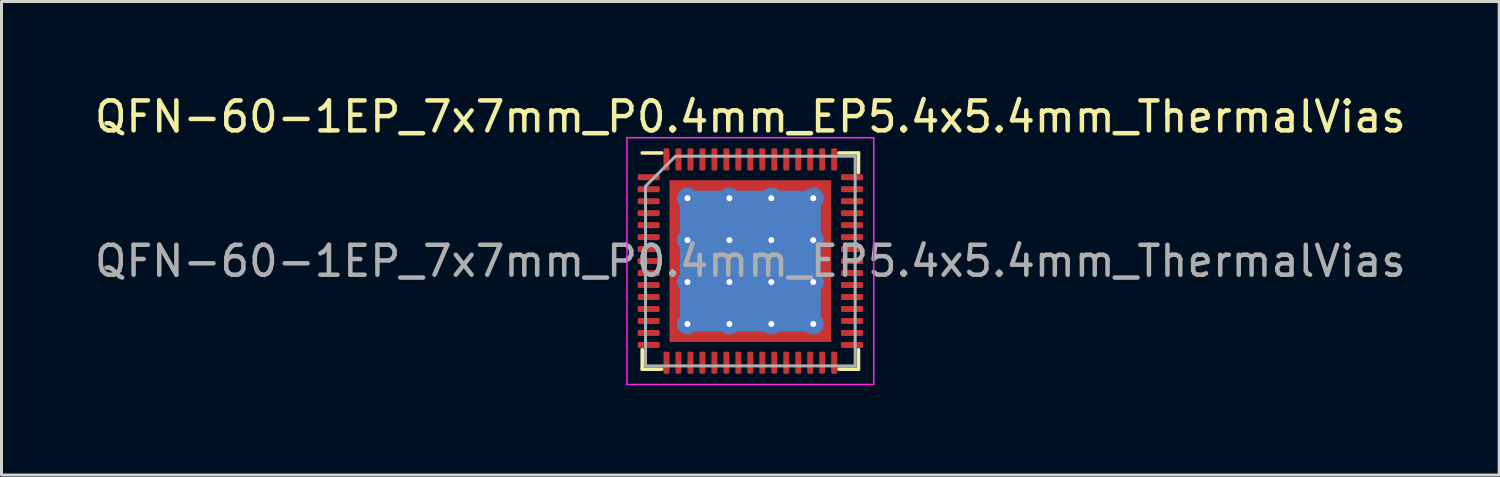
<source format=kicad_pcb>
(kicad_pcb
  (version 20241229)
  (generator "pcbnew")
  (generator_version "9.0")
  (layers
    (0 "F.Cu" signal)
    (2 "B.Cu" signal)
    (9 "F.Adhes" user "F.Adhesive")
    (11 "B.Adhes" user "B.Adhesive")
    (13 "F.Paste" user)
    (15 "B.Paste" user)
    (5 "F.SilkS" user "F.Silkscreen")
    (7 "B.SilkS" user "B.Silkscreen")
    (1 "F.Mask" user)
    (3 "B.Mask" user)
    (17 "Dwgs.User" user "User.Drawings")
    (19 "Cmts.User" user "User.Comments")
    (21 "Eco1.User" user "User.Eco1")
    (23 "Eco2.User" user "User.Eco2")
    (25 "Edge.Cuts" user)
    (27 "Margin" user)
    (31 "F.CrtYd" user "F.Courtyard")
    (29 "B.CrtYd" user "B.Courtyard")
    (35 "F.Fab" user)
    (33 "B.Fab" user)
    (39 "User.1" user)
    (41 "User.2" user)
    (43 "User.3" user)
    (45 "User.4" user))
  (footprint "QFN-60-1EP_7x7mm_P0.4mm_EP5.4x5.4mm_ThermalVias"
    (layer "F.Cu")
    (at 22.006 5.668)
    (property "Reference" "QFN-60-1EP_7x7mm_P0.4mm_EP5.4x5.4mm_ThermalVias" (at 0 -4.82 0) (layer "F.SilkS") (effects (font (size 1 1) (thickness 0.15))))
    (attr smd)
    (fp_line (start -3.61 3.61) (end -3.61 2.96) (stroke (width 0.12) (type solid)) (layer "F.SilkS"))
    (fp_line (start -2.96 -3.61) (end -3.61 -3.61) (stroke (width 0.12) (type solid)) (layer "F.SilkS"))
    (fp_line (start -2.96 3.61) (end -3.61 3.61) (stroke (width 0.12) (type solid)) (layer "F.SilkS"))
    (fp_line (start 2.96 -3.61) (end 3.61 -3.61) (stroke (width 0.12) (type solid)) (layer "F.SilkS"))
    (fp_line (start 2.96 3.61) (end 3.61 3.61) (stroke (width 0.12) (type solid)) (layer "F.SilkS"))
    (fp_line (start 3.61 -3.61) (end 3.61 -2.96) (stroke (width 0.12) (type solid)) (layer "F.SilkS"))
    (fp_line (start 3.61 3.61) (end 3.61 2.96) (stroke (width 0.12) (type solid)) (layer "F.SilkS"))
    (fp_line (start -4.12 -4.12) (end -4.12 4.12) (stroke (width 0.05) (type solid)) (layer "F.CrtYd"))
    (fp_line (start -4.12 4.12) (end 4.12 4.12) (stroke (width 0.05) (type solid)) (layer "F.CrtYd"))
    (fp_line (start 4.12 -4.12) (end -4.12 -4.12) (stroke (width 0.05) (type solid)) (layer "F.CrtYd"))
    (fp_line (start 4.12 4.12) (end 4.12 -4.12) (stroke (width 0.05) (type solid)) (layer "F.CrtYd"))
    (fp_poly (pts (xy 3.5 -3.5) (xy -2.5 -3.5) (xy -3.5 -2.5) (xy -3.5 3.5) (xy 3.5 3.5)) (stroke (width 0.1) (type solid)) (fill no) (layer "F.Fab"))
    (fp_text user "${REFERENCE}" (at 0 0 0) (layer "F.Fab") (effects (font (size 1 1) (thickness 0.15))))
    (pad "" smd custom (at -2.4 -2.4) (size 0.366 0.366) (layers "F.Paste") (options (anchor circle)) (primitives (gr_poly (pts (xy 0.124 0.026) (xy 0.026 0.124) (xy -0.124 0.124) (xy -0.124 -0.124) (xy 0.124 -0.124)) (width 0.236) (fill yes))))
    (pad "" smd custom (at -2.4 -1.4) (size 0.421 0.421) (layers "F.Paste") (options (anchor circle)) (primitives (gr_poly (pts (xy 0.179 -0.449) (xy 0.179 0.449) (xy 0.127 0.501) (xy -0.179 0.501) (xy -0.179 -0.501) (xy 0.127 -0.501)) (width 0.126) (fill yes))))
    (pad "" smd custom (at -2.4 0) (size 0.421 0.421) (layers "F.Paste") (options (anchor circle)) (primitives (gr_poly (pts (xy 0.179 -0.449) (xy 0.179 0.449) (xy 0.127 0.501) (xy -0.179 0.501) (xy -0.179 -0.501) (xy 0.127 -0.501)) (width 0.126) (fill yes))))
    (pad "" smd custom (at -2.4 1.4) (size 0.421 0.421) (layers "F.Paste") (options (anchor circle)) (primitives (gr_poly (pts (xy 0.179 -0.449) (xy 0.179 0.449) (xy 0.127 0.501) (xy -0.179 0.501) (xy -0.179 -0.501) (xy 0.127 -0.501)) (width 0.126) (fill yes))))
    (pad "" smd custom (at -2.4 2.4) (size 0.366 0.366) (layers "F.Paste") (options (anchor circle)) (primitives (gr_poly (pts (xy 0.124 -0.026) (xy 0.124 0.124) (xy -0.124 0.124) (xy -0.124 -0.124) (xy 0.026 -0.124)) (width 0.236) (fill yes))))
    (pad "" smd custom (at -1.4 -2.4) (size 0.421 0.421) (layers "F.Paste") (options (anchor circle)) (primitives (gr_poly (pts (xy 0.501 0.127) (xy 0.449 0.179) (xy -0.449 0.179) (xy -0.501 0.127) (xy -0.501 -0.179) (xy 0.501 -0.179)) (width 0.126) (fill yes))))
    (pad "" smd roundrect (at -1.4 -1.4) (size 1.129 1.129) (layers "F.Paste") (roundrect_rratio 0.221))
    (pad "" smd roundrect (at -1.4 0) (size 1.129 1.129) (layers "F.Paste") (roundrect_rratio 0.221))
    (pad "" smd roundrect (at -1.4 1.4) (size 1.129 1.129) (layers "F.Paste") (roundrect_rratio 0.221))
    (pad "" smd custom (at -1.4 2.4) (size 0.421 0.421) (layers "F.Paste") (options (anchor circle)) (primitives (gr_poly (pts (xy 0.501 -0.127) (xy 0.501 0.179) (xy -0.501 0.179) (xy -0.501 -0.127) (xy -0.449 -0.179) (xy 0.449 -0.179)) (width 0.126) (fill yes))))
    (pad "" smd custom (at 0 -2.4) (size 0.421 0.421) (layers "F.Paste") (options (anchor circle)) (primitives (gr_poly (pts (xy 0.501 0.127) (xy 0.449 0.179) (xy -0.449 0.179) (xy -0.501 0.127) (xy -0.501 -0.179) (xy 0.501 -0.179)) (width 0.126) (fill yes))))
    (pad "" smd roundrect (at 0 -1.4) (size 1.129 1.129) (layers "F.Paste") (roundrect_rratio 0.221))
    (pad "" smd roundrect (at 0 0) (size 1.129 1.129) (layers "F.Paste") (roundrect_rratio 0.221))
    (pad "" smd roundrect (at 0 1.4) (size 1.129 1.129) (layers "F.Paste") (roundrect_rratio 0.221))
    (pad "" smd custom (at 0 2.4) (size 0.421 0.421) (layers "F.Paste") (options (anchor circle)) (primitives (gr_poly (pts (xy 0.501 -0.127) (xy 0.501 0.179) (xy -0.501 0.179) (xy -0.501 -0.127) (xy -0.449 -0.179) (xy 0.449 -0.179)) (width 0.126) (fill yes))))
    (pad "" smd custom (at 1.4 -2.4) (size 0.421 0.421) (layers "F.Paste") (options (anchor circle)) (primitives (gr_poly (pts (xy 0.501 0.127) (xy 0.449 0.179) (xy -0.449 0.179) (xy -0.501 0.127) (xy -0.501 -0.179) (xy 0.501 -0.179)) (width 0.126) (fill yes))))
    (pad "" smd roundrect (at 1.4 -1.4) (size 1.129 1.129) (layers "F.Paste") (roundrect_rratio 0.221))
    (pad "" smd roundrect (at 1.4 0) (size 1.129 1.129) (layers "F.Paste") (roundrect_rratio 0.221))
    (pad "" smd roundrect (at 1.4 1.4) (size 1.129 1.129) (layers "F.Paste") (roundrect_rratio 0.221))
    (pad "" smd custom (at 1.4 2.4) (size 0.421 0.421) (layers "F.Paste") (options (anchor circle)) (primitives (gr_poly (pts (xy 0.501 -0.127) (xy 0.501 0.179) (xy -0.501 0.179) (xy -0.501 -0.127) (xy -0.449 -0.179) (xy 0.449 -0.179)) (width 0.126) (fill yes))))
    (pad "" smd custom (at 2.4 -2.4) (size 0.366 0.366) (layers "F.Paste") (options (anchor circle)) (primitives (gr_poly (pts (xy 0.124 0.124) (xy -0.026 0.124) (xy -0.124 0.026) (xy -0.124 -0.124) (xy 0.124 -0.124)) (width 0.236) (fill yes))))
    (pad "" smd custom (at 2.4 -1.4) (size 0.421 0.421) (layers "F.Paste") (options (anchor circle)) (primitives (gr_poly (pts (xy 0.179 0.501) (xy -0.127 0.501) (xy -0.179 0.449) (xy -0.179 -0.449) (xy -0.127 -0.501) (xy 0.179 -0.501)) (width 0.126) (fill yes))))
    (pad "" smd custom (at 2.4 0) (size 0.421 0.421) (layers "F.Paste") (options (anchor circle)) (primitives (gr_poly (pts (xy 0.179 0.501) (xy -0.127 0.501) (xy -0.179 0.449) (xy -0.179 -0.449) (xy -0.127 -0.501) (xy 0.179 -0.501)) (width 0.126) (fill yes))))
    (pad "" smd custom (at 2.4 1.4) (size 0.421 0.421) (layers "F.Paste") (options (anchor circle)) (primitives (gr_poly (pts (xy 0.179 0.501) (xy -0.127 0.501) (xy -0.179 0.449) (xy -0.179 -0.449) (xy -0.127 -0.501) (xy 0.179 -0.501)) (width 0.126) (fill yes))))
    (pad "" smd custom (at 2.4 2.4) (size 0.366 0.366) (layers "F.Paste") (options (anchor circle)) (primitives (gr_poly (pts (xy 0.124 0.124) (xy -0.124 0.124) (xy -0.124 -0.026) (xy -0.026 -0.124) (xy 0.124 -0.124)) (width 0.236) (fill yes))))
    (pad "1" smd roundrect (at -3.395 -2.8) (size 0.74 0.2) (layers "F.Cu" "F.Mask" "F.Paste") (roundrect_rratio 0.25))
    (pad "2" smd roundrect (at -3.395 -2.4) (size 0.74 0.2) (layers "F.Cu" "F.Mask" "F.Paste") (roundrect_rratio 0.25))
    (pad "3" smd roundrect (at -3.395 -2) (size 0.74 0.2) (layers "F.Cu" "F.Mask" "F.Paste") (roundrect_rratio 0.25))
    (pad "4" smd roundrect (at -3.395 -1.6) (size 0.74 0.2) (layers "F.Cu" "F.Mask" "F.Paste") (roundrect_rratio 0.25))
    (pad "5" smd roundrect (at -3.395 -1.2) (size 0.74 0.2) (layers "F.Cu" "F.Mask" "F.Paste") (roundrect_rratio 0.25))
    (pad "6" smd roundrect (at -3.395 -0.8) (size 0.74 0.2) (layers "F.Cu" "F.Mask" "F.Paste") (roundrect_rratio 0.25))
    (pad "7" smd roundrect (at -3.395 -0.4) (size 0.74 0.2) (layers "F.Cu" "F.Mask" "F.Paste") (roundrect_rratio 0.25))
    (pad "8" smd roundrect (at -3.395 0) (size 0.74 0.2) (layers "F.Cu" "F.Mask" "F.Paste") (roundrect_rratio 0.25))
    (pad "9" smd roundrect (at -3.395 0.4) (size 0.74 0.2) (layers "F.Cu" "F.Mask" "F.Paste") (roundrect_rratio 0.25))
    (pad "10" smd roundrect (at -3.395 0.8) (size 0.74 0.2) (layers "F.Cu" "F.Mask" "F.Paste") (roundrect_rratio 0.25))
    (pad "11" smd roundrect (at -3.395 1.2) (size 0.74 0.2) (layers "F.Cu" "F.Mask" "F.Paste") (roundrect_rratio 0.25))
    (pad "12" smd roundrect (at -3.395 1.6) (size 0.74 0.2) (layers "F.Cu" "F.Mask" "F.Paste") (roundrect_rratio 0.25))
    (pad "13" smd roundrect (at -3.395 2) (size 0.74 0.2) (layers "F.Cu" "F.Mask" "F.Paste") (roundrect_rratio 0.25))
    (pad "14" smd roundrect (at -3.395 2.4) (size 0.74 0.2) (layers "F.Cu" "F.Mask" "F.Paste") (roundrect_rratio 0.25))
    (pad "15" smd roundrect (at -3.395 2.8) (size 0.74 0.2) (layers "F.Cu" "F.Mask" "F.Paste") (roundrect_rratio 0.25))
    (pad "16" smd roundrect (at -2.8 3.395) (size 0.2 0.74) (layers "F.Cu" "F.Mask" "F.Paste") (roundrect_rratio 0.25))
    (pad "17" smd roundrect (at -2.4 3.395) (size 0.2 0.74) (layers "F.Cu" "F.Mask" "F.Paste") (roundrect_rratio 0.25))
    (pad "18" smd roundrect (at -2 3.395) (size 0.2 0.74) (layers "F.Cu" "F.Mask" "F.Paste") (roundrect_rratio 0.25))
    (pad "19" smd roundrect (at -1.6 3.395) (size 0.2 0.74) (layers "F.Cu" "F.Mask" "F.Paste") (roundrect_rratio 0.25))
    (pad "20" smd roundrect (at -1.2 3.395) (size 0.2 0.74) (layers "F.Cu" "F.Mask" "F.Paste") (roundrect_rratio 0.25))
    (pad "21" smd roundrect (at -0.8 3.395) (size 0.2 0.74) (layers "F.Cu" "F.Mask" "F.Paste") (roundrect_rratio 0.25))
    (pad "22" smd roundrect (at -0.4 3.395) (size 0.2 0.74) (layers "F.Cu" "F.Mask" "F.Paste") (roundrect_rratio 0.25))
    (pad "23" smd roundrect (at 0 3.395) (size 0.2 0.74) (layers "F.Cu" "F.Mask" "F.Paste") (roundrect_rratio 0.25))
    (pad "24" smd roundrect (at 0.4 3.395) (size 0.2 0.74) (layers "F.Cu" "F.Mask" "F.Paste") (roundrect_rratio 0.25))
    (pad "25" smd roundrect (at 0.8 3.395) (size 0.2 0.74) (layers "F.Cu" "F.Mask" "F.Paste") (roundrect_rratio 0.25))
    (pad "26" smd roundrect (at 1.2 3.395) (size 0.2 0.74) (layers "F.Cu" "F.Mask" "F.Paste") (roundrect_rratio 0.25))
    (pad "27" smd roundrect (at 1.6 3.395) (size 0.2 0.74) (layers "F.Cu" "F.Mask" "F.Paste") (roundrect_rratio 0.25))
    (pad "28" smd roundrect (at 2 3.395) (size 0.2 0.74) (layers "F.Cu" "F.Mask" "F.Paste") (roundrect_rratio 0.25))
    (pad "29" smd roundrect (at 2.4 3.395) (size 0.2 0.74) (layers "F.Cu" "F.Mask" "F.Paste") (roundrect_rratio 0.25))
    (pad "30" smd roundrect (at 2.8 3.395) (size 0.2 0.74) (layers "F.Cu" "F.Mask" "F.Paste") (roundrect_rratio 0.25))
    (pad "31" smd roundrect (at 3.395 2.8) (size 0.74 0.2) (layers "F.Cu" "F.Mask" "F.Paste") (roundrect_rratio 0.25))
    (pad "32" smd roundrect (at 3.395 2.4) (size 0.74 0.2) (layers "F.Cu" "F.Mask" "F.Paste") (roundrect_rratio 0.25))
    (pad "33" smd roundrect (at 3.395 2) (size 0.74 0.2) (layers "F.Cu" "F.Mask" "F.Paste") (roundrect_rratio 0.25))
    (pad "34" smd roundrect (at 3.395 1.6) (size 0.74 0.2) (layers "F.Cu" "F.Mask" "F.Paste") (roundrect_rratio 0.25))
    (pad "35" smd roundrect (at 3.395 1.2) (size 0.74 0.2) (layers "F.Cu" "F.Mask" "F.Paste") (roundrect_rratio 0.25))
    (pad "36" smd roundrect (at 3.395 0.8) (size 0.74 0.2) (layers "F.Cu" "F.Mask" "F.Paste") (roundrect_rratio 0.25))
    (pad "37" smd roundrect (at 3.395 0.4) (size 0.74 0.2) (layers "F.Cu" "F.Mask" "F.Paste") (roundrect_rratio 0.25))
    (pad "38" smd roundrect (at 3.395 0) (size 0.74 0.2) (layers "F.Cu" "F.Mask" "F.Paste") (roundrect_rratio 0.25))
    (pad "39" smd roundrect (at 3.395 -0.4) (size 0.74 0.2) (layers "F.Cu" "F.Mask" "F.Paste") (roundrect_rratio 0.25))
    (pad "40" smd roundrect (at 3.395 -0.8) (size 0.74 0.2) (layers "F.Cu" "F.Mask" "F.Paste") (roundrect_rratio 0.25))
    (pad "41" smd roundrect (at 3.395 -1.2) (size 0.74 0.2) (layers "F.Cu" "F.Mask" "F.Paste") (roundrect_rratio 0.25))
    (pad "42" smd roundrect (at 3.395 -1.6) (size 0.74 0.2) (layers "F.Cu" "F.Mask" "F.Paste") (roundrect_rratio 0.25))
    (pad "43" smd roundrect (at 3.395 -2) (size 0.74 0.2) (layers "F.Cu" "F.Mask" "F.Paste") (roundrect_rratio 0.25))
    (pad "44" smd roundrect (at 3.395 -2.4) (size 0.74 0.2) (layers "F.Cu" "F.Mask" "F.Paste") (roundrect_rratio 0.25))
    (pad "45" smd roundrect (at 3.395 -2.8) (size 0.74 0.2) (layers "F.Cu" "F.Mask" "F.Paste") (roundrect_rratio 0.25))
    (pad "46" smd roundrect (at 2.8 -3.395) (size 0.2 0.74) (layers "F.Cu" "F.Mask" "F.Paste") (roundrect_rratio 0.25))
    (pad "47" smd roundrect (at 2.4 -3.395) (size 0.2 0.74) (layers "F.Cu" "F.Mask" "F.Paste") (roundrect_rratio 0.25))
    (pad "48" smd roundrect (at 2 -3.395) (size 0.2 0.74) (layers "F.Cu" "F.Mask" "F.Paste") (roundrect_rratio 0.25))
    (pad "49" smd roundrect (at 1.6 -3.395) (size 0.2 0.74) (layers "F.Cu" "F.Mask" "F.Paste") (roundrect_rratio 0.25))
    (pad "50" smd roundrect (at 1.2 -3.395) (size 0.2 0.74) (layers "F.Cu" "F.Mask" "F.Paste") (roundrect_rratio 0.25))
    (pad "51" smd roundrect (at 0.8 -3.395) (size 0.2 0.74) (layers "F.Cu" "F.Mask" "F.Paste") (roundrect_rratio 0.25))
    (pad "52" smd roundrect (at 0.4 -3.395) (size 0.2 0.74) (layers "F.Cu" "F.Mask" "F.Paste") (roundrect_rratio 0.25))
    (pad "53" smd roundrect (at 0 -3.395) (size 0.2 0.74) (layers "F.Cu" "F.Mask" "F.Paste") (roundrect_rratio 0.25))
    (pad "54" smd roundrect (at -0.4 -3.395) (size 0.2 0.74) (layers "F.Cu" "F.Mask" "F.Paste") (roundrect_rratio 0.25))
    (pad "55" smd roundrect (at -0.8 -3.395) (size 0.2 0.74) (layers "F.Cu" "F.Mask" "F.Paste") (roundrect_rratio 0.25))
    (pad "56" smd roundrect (at -1.2 -3.395) (size 0.2 0.74) (layers "F.Cu" "F.Mask" "F.Paste") (roundrect_rratio 0.25))
    (pad "57" smd roundrect (at -1.6 -3.395) (size 0.2 0.74) (layers "F.Cu" "F.Mask" "F.Paste") (roundrect_rratio 0.25))
    (pad "58" smd roundrect (at -2 -3.395) (size 0.2 0.74) (layers "F.Cu" "F.Mask" "F.Paste") (roundrect_rratio 0.25))
    (pad "59" smd roundrect (at -2.4 -3.395) (size 0.2 0.74) (layers "F.Cu" "F.Mask" "F.Paste") (roundrect_rratio 0.25))
    (pad "60" smd roundrect (at -2.8 -3.395) (size 0.2 0.74) (layers "F.Cu" "F.Mask" "F.Paste") (roundrect_rratio 0.25))
    (pad "61" thru_hole circle (at -2.1 -2.1) (size 0.7 0.7) (drill 0.2) (layers "*.Cu"))
    (pad "61" thru_hole circle (at -2.1 -0.7) (size 0.7 0.7) (drill 0.2) (layers "*.Cu"))
    (pad "61" thru_hole circle (at -2.1 0.7) (size 0.7 0.7) (drill 0.2) (layers "*.Cu"))
    (pad "61" thru_hole circle (at -2.1 2.1) (size 0.7 0.7) (drill 0.2) (layers "*.Cu"))
    (pad "61" thru_hole circle (at -0.7 -2.1) (size 0.7 0.7) (drill 0.2) (layers "*.Cu"))
    (pad "61" thru_hole circle (at -0.7 -0.7) (size 0.7 0.7) (drill 0.2) (layers "*.Cu"))
    (pad "61" thru_hole circle (at -0.7 0.7) (size 0.7 0.7) (drill 0.2) (layers "*.Cu"))
    (pad "61" thru_hole circle (at -0.7 2.1) (size 0.7 0.7) (drill 0.2) (layers "*.Cu"))
    (pad "61" smd rect (at 0 0) (size 4.7 4.7) (layers "B.Cu"))
    (pad "61" smd rect (at 0 0) (size 5.4 5.4) (layers "F.Cu" "F.Mask"))
    (pad "61" thru_hole circle (at 0.7 -2.1) (size 0.7 0.7) (drill 0.2) (layers "*.Cu"))
    (pad "61" thru_hole circle (at 0.7 -0.7) (size 0.7 0.7) (drill 0.2) (layers "*.Cu"))
    (pad "61" thru_hole circle (at 0.7 0.7) (size 0.7 0.7) (drill 0.2) (layers "*.Cu"))
    (pad "61" thru_hole circle (at 0.7 2.1) (size 0.7 0.7) (drill 0.2) (layers "*.Cu"))
    (pad "61" thru_hole circle (at 2.1 -2.1) (size 0.7 0.7) (drill 0.2) (layers "*.Cu"))
    (pad "61" thru_hole circle (at 2.1 -0.7) (size 0.7 0.7) (drill 0.2) (layers "*.Cu"))
    (pad "61" thru_hole circle (at 2.1 0.7) (size 0.7 0.7) (drill 0.2) (layers "*.Cu"))
    (pad "61" thru_hole circle (at 2.1 2.1) (size 0.7 0.7) (drill 0.2) (layers "*.Cu")))
  (gr_rect
    (start -3 -3)
    (end 47.012 12.813)
    (stroke (width 0.1) (type default))
    (fill no)
    (layer "Edge.Cuts")))
</source>
